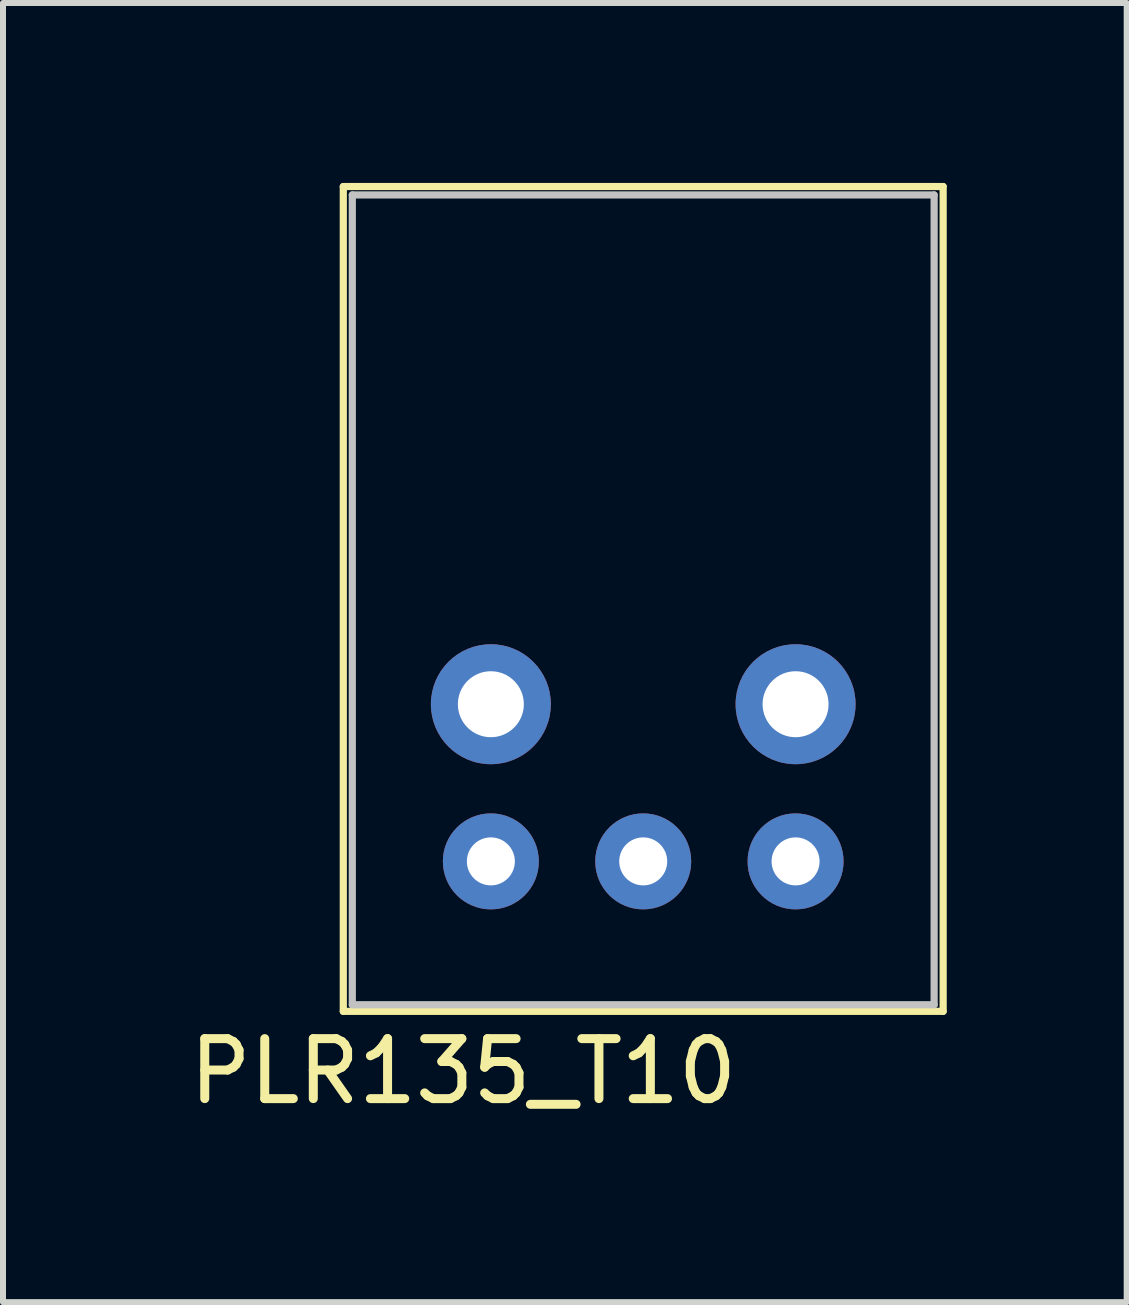
<source format=kicad_pcb>
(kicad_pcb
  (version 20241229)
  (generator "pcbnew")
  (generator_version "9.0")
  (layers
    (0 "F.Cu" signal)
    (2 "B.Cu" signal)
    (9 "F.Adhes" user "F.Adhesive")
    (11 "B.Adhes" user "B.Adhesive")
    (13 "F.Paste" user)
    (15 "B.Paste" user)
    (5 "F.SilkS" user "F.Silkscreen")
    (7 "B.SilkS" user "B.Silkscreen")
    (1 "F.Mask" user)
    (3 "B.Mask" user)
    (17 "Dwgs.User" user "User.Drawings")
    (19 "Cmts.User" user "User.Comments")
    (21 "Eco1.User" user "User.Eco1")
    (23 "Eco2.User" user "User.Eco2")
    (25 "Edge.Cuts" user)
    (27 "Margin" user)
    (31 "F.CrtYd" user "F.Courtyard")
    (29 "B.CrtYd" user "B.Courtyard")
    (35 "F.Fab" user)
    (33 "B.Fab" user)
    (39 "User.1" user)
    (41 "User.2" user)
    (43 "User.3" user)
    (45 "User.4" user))
  (footprint "PLR135_T10"
    (layer "F.Cu")
    (at 7.673 11.31)
    (property "Reference" "PLR135_T10" (at -3 3.5 0) (layer "F.SilkS") (effects (font (size 1 1) (thickness 0.15))))
    (attr through_hole)
    (fp_line (start -5 -11.25) (end 5 -11.25) (stroke (width 0.12) (type solid)) (layer "F.SilkS"))
    (fp_line (start -5 2.5) (end -5 -11.25) (stroke (width 0.12) (type solid)) (layer "F.SilkS"))
    (fp_line (start 5 -11.25) (end 5 2.5) (stroke (width 0.12) (type solid)) (layer "F.SilkS"))
    (fp_line (start 5 2.5) (end -5 2.5) (stroke (width 0.12) (type solid)) (layer "F.SilkS"))
    (fp_line (start -4.85 -11.11) (end -4.85 2.39) (stroke (width 0.12) (type solid)) (layer "Dwgs.User"))
    (fp_line (start -4.85 -11.11) (end 4.85 -11.11) (stroke (width 0.12) (type solid)) (layer "Dwgs.User"))
    (fp_line (start -4.85 2.39) (end 4.85 2.39) (stroke (width 0.12) (type solid)) (layer "Dwgs.User"))
    (fp_line (start 4.85 -11.11) (end 4.85 2.39) (stroke (width 0.12) (type solid)) (layer "Dwgs.User"))
    (pad "1" thru_hole circle (at 2.54 0) (size 1.6 1.6) (drill 0.8) (layers "*.Cu" "*.Mask"))
    (pad "2" thru_hole circle (at 0 0) (size 1.6 1.6) (drill 0.8) (layers "*.Cu" "*.Mask"))
    (pad "3" thru_hole circle (at -2.54 0) (size 1.6 1.6) (drill 0.8) (layers "*.Cu" "*.Mask"))
    (pad "4" thru_hole circle (at 2.54 -2.62) (size 2 2) (drill 1.1) (layers "*.Cu" "*.Mask"))
    (pad "5" thru_hole circle (at -2.54 -2.62) (size 2 2) (drill 1.1) (layers "*.Cu" "*.Mask")))
  (gr_rect
    (start -3 -3)
    (end 15.733 18.658)
    (stroke (width 0.1) (type default))
    (fill no)
    (layer "Edge.Cuts")))
</source>
